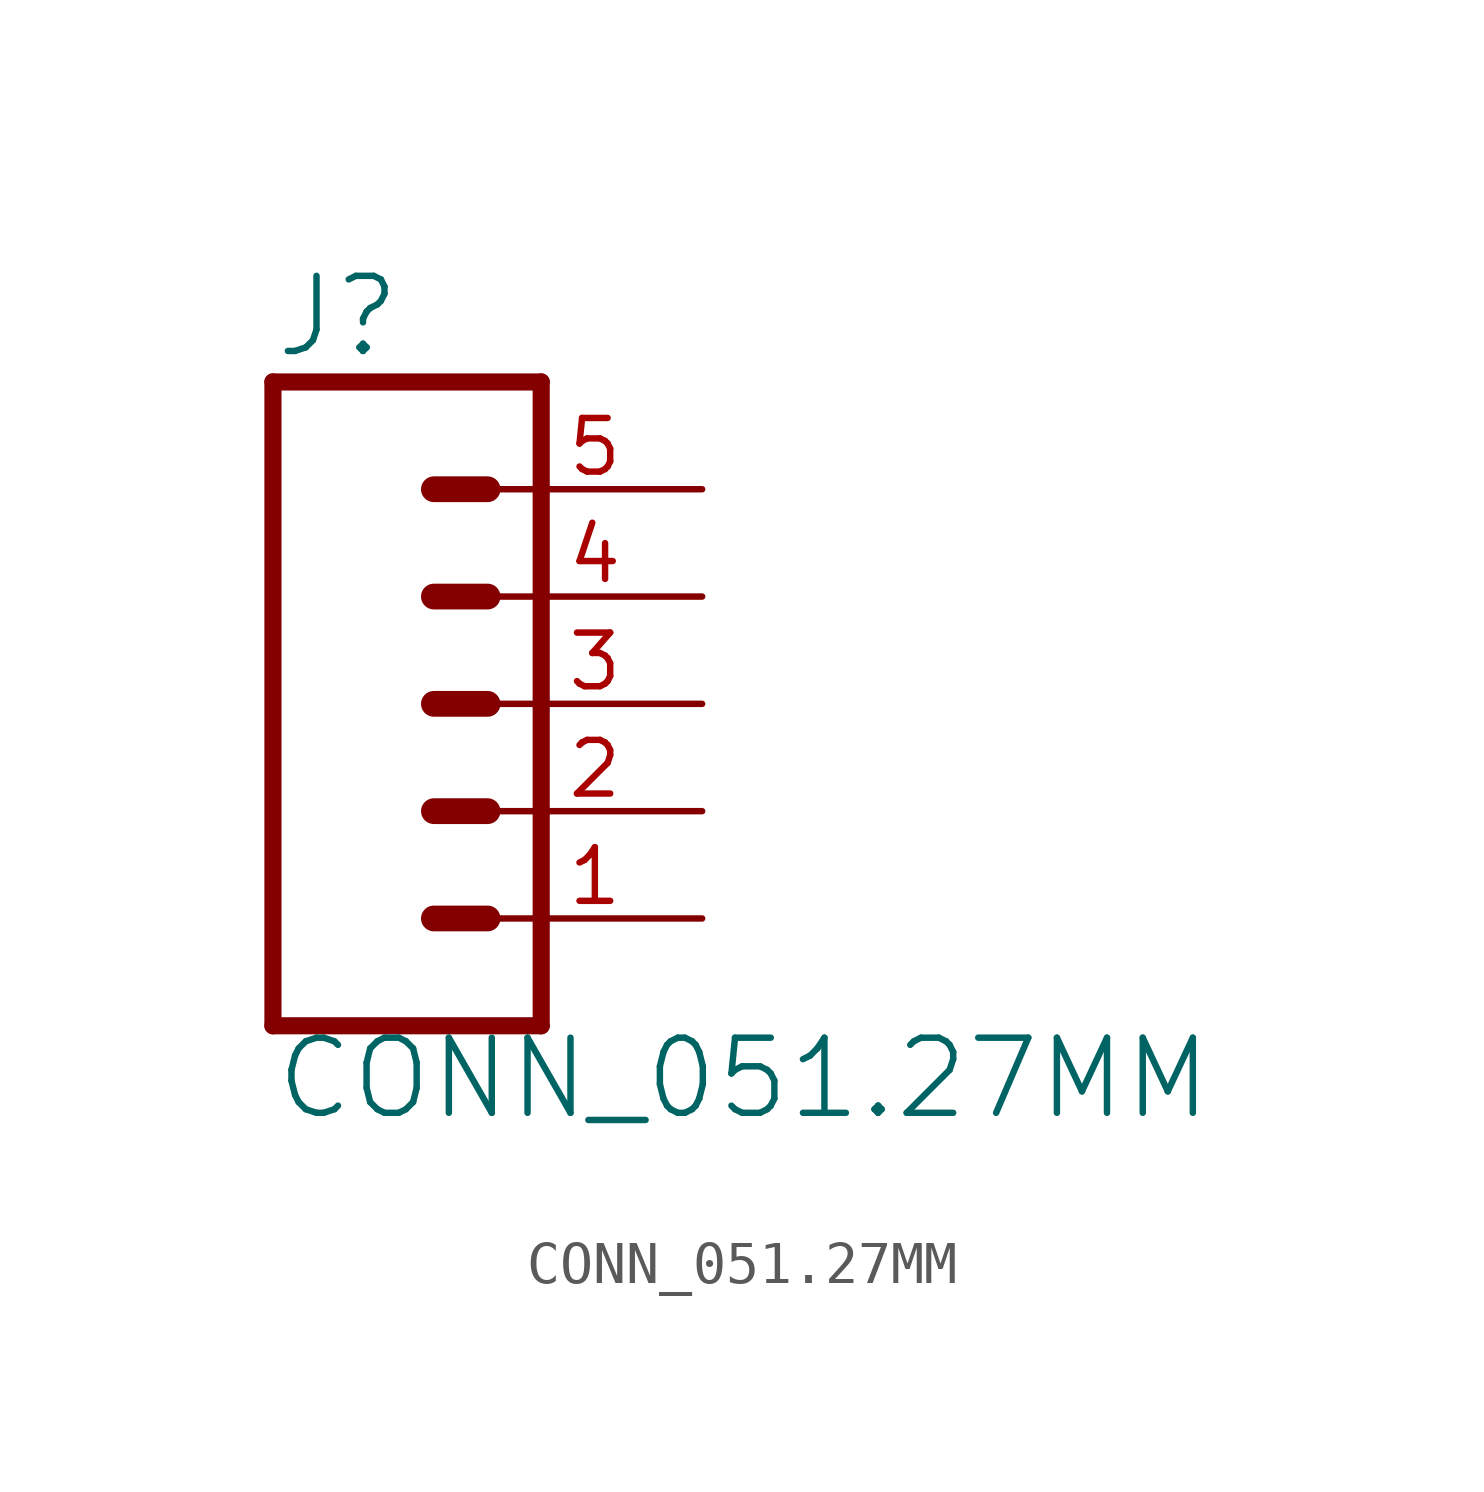
<source format=kicad_sym>
(kicad_symbol_lib
  (version 20211014)
  (generator kicad_symbol_editor)
  (symbol "CONN_051.27MM"
    (property "Reference" "J"
      (at -2.54 8.128 0)
      (effects (font (size 1.778 1.778)) (justify left bottom)))
    (property "Value" "CONN_051.27MM"
      (at -2.54 -9.906 0)
      (effects (font (size 1.778 1.778)) (justify left bottom)))
    (property "ki_locked" ""
      (at 0 0 0)
      (effects (font (size 1.27 1.27))))
    (symbol "CONN_051.27MM_1_0"
      (polyline (pts (xy -2.54 7.62) (xy -2.54 -7.62)) (stroke (width 0.406) (type default) (color 0 0 0 0)) (fill (type none)))
      (polyline (pts (xy -2.54 7.62) (xy 3.81 7.62)) (stroke (width 0.406) (type default) (color 0 0 0 0)) (fill (type none)))
      (polyline (pts (xy 1.27 -5.08) (xy 2.54 -5.08)) (stroke (width 0.61) (type default) (color 0 0 0 0)) (fill (type none)))
      (polyline (pts (xy 1.27 -2.54) (xy 2.54 -2.54)) (stroke (width 0.61) (type default) (color 0 0 0 0)) (fill (type none)))
      (polyline (pts (xy 1.27 0) (xy 2.54 0)) (stroke (width 0.61) (type default) (color 0 0 0 0)) (fill (type none)))
      (polyline (pts (xy 1.27 2.54) (xy 2.54 2.54)) (stroke (width 0.61) (type default) (color 0 0 0 0)) (fill (type none)))
      (polyline (pts (xy 1.27 5.08) (xy 2.54 5.08)) (stroke (width 0.61) (type default) (color 0 0 0 0)) (fill (type none)))
      (polyline (pts (xy 3.81 -7.62) (xy -2.54 -7.62)) (stroke (width 0.406) (type default) (color 0 0 0 0)) (fill (type none)))
      (polyline (pts (xy 3.81 -7.62) (xy 3.81 7.62)) (stroke (width 0.406) (type default) (color 0 0 0 0)) (fill (type none)))
      (pin passive line (at 7.62 -5.08 180) (length 5.08) (name "1" (effects (font (size 0 0)))) (number "1" (effects (font (size 1.27 1.27)))))
      (pin passive line (at 7.62 -2.54 180) (length 5.08) (name "2" (effects (font (size 0 0)))) (number "2" (effects (font (size 1.27 1.27)))))
      (pin passive line (at 7.62 0 180) (length 5.08) (name "3" (effects (font (size 0 0)))) (number "3" (effects (font (size 1.27 1.27)))))
      (pin passive line (at 7.62 2.54 180) (length 5.08) (name "4" (effects (font (size 0 0)))) (number "4" (effects (font (size 1.27 1.27)))))
      (pin passive line (at 7.62 5.08 180) (length 5.08) (name "5" (effects (font (size 0 0)))) (number "5" (effects (font (size 1.27 1.27))))))))
</source>
